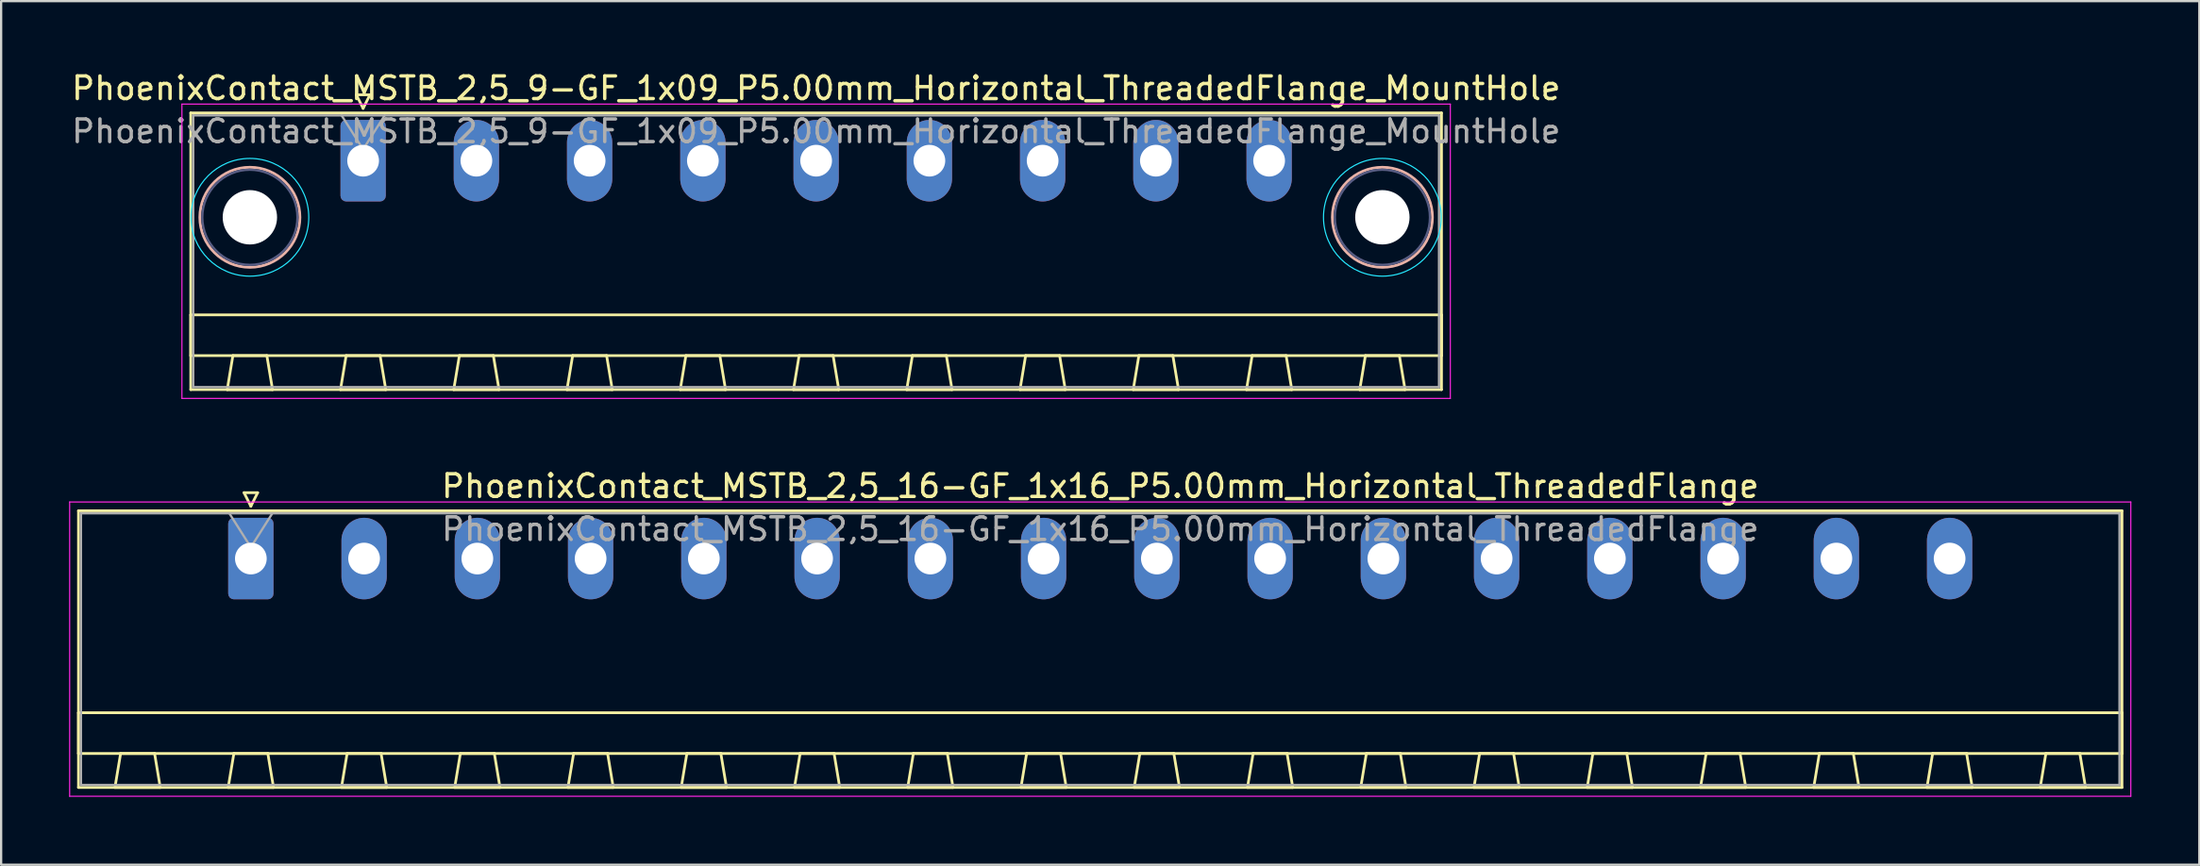
<source format=kicad_pcb>
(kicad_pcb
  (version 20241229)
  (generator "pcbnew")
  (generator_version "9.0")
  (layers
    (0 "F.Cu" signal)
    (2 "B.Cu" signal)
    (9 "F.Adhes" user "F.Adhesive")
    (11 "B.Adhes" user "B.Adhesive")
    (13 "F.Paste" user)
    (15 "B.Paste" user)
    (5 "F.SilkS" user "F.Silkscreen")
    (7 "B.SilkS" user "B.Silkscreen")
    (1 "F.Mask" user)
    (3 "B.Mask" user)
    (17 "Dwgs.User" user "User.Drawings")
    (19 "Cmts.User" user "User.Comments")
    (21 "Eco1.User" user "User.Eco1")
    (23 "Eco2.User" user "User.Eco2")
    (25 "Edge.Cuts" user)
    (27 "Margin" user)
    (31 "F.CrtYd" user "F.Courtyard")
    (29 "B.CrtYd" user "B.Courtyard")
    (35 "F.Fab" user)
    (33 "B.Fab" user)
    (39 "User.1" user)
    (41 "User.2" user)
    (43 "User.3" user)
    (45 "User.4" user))
  (footprint "PhoenixContact_MSTB_2,5_9-GF_1x09_P5.00mm_Horizontal_ThreadedFlange_MountHole"
    (layer "F.Cu")
    (at 12.982 4.048)
    (property "Reference" "PhoenixContact_MSTB_2,5_9-GF_1x09_P5.00mm_Horizontal_ThreadedFlange_MountHole" (at 20 -3.2 0) (layer "F.SilkS") (effects (font (size 1 1) (thickness 0.15))))
    (attr through_hole)
    (fp_line (start -7.61 -2.11) (end -7.61 10.11) (stroke (width 0.12) (type solid)) (layer "F.SilkS"))
    (fp_line (start -7.61 6.81) (end 47.61 6.81) (stroke (width 0.12) (type solid)) (layer "F.SilkS"))
    (fp_line (start -7.61 8.61) (end -7.61 6.81) (stroke (width 0.12) (type solid)) (layer "F.SilkS"))
    (fp_line (start -7.61 10.11) (end 47.61 10.11) (stroke (width 0.12) (type solid)) (layer "F.SilkS"))
    (fp_line (start -6 10.11) (end -4 10.11) (stroke (width 0.12) (type solid)) (layer "F.SilkS"))
    (fp_line (start -5.75 8.61) (end -6 10.11) (stroke (width 0.12) (type solid)) (layer "F.SilkS"))
    (fp_line (start -4.25 8.61) (end -5.75 8.61) (stroke (width 0.12) (type solid)) (layer "F.SilkS"))
    (fp_line (start -4 10.11) (end -4.25 8.61) (stroke (width 0.12) (type solid)) (layer "F.SilkS"))
    (fp_line (start -1 10.11) (end 1 10.11) (stroke (width 0.12) (type solid)) (layer "F.SilkS"))
    (fp_line (start -0.75 8.61) (end -1 10.11) (stroke (width 0.12) (type solid)) (layer "F.SilkS"))
    (fp_line (start -0.3 -2.91) (end 0.3 -2.91) (stroke (width 0.12) (type solid)) (layer "F.SilkS"))
    (fp_line (start 0 -2.31) (end -0.3 -2.91) (stroke (width 0.12) (type solid)) (layer "F.SilkS"))
    (fp_line (start 0.3 -2.91) (end 0 -2.31) (stroke (width 0.12) (type solid)) (layer "F.SilkS"))
    (fp_line (start 0.75 8.61) (end -0.75 8.61) (stroke (width 0.12) (type solid)) (layer "F.SilkS"))
    (fp_line (start 1 10.11) (end 0.75 8.61) (stroke (width 0.12) (type solid)) (layer "F.SilkS"))
    (fp_line (start 4 10.11) (end 6 10.11) (stroke (width 0.12) (type solid)) (layer "F.SilkS"))
    (fp_line (start 4.25 8.61) (end 4 10.11) (stroke (width 0.12) (type solid)) (layer "F.SilkS"))
    (fp_line (start 5.75 8.61) (end 4.25 8.61) (stroke (width 0.12) (type solid)) (layer "F.SilkS"))
    (fp_line (start 6 10.11) (end 5.75 8.61) (stroke (width 0.12) (type solid)) (layer "F.SilkS"))
    (fp_line (start 9 10.11) (end 11 10.11) (stroke (width 0.12) (type solid)) (layer "F.SilkS"))
    (fp_line (start 9.25 8.61) (end 9 10.11) (stroke (width 0.12) (type solid)) (layer "F.SilkS"))
    (fp_line (start 10.75 8.61) (end 9.25 8.61) (stroke (width 0.12) (type solid)) (layer "F.SilkS"))
    (fp_line (start 11 10.11) (end 10.75 8.61) (stroke (width 0.12) (type solid)) (layer "F.SilkS"))
    (fp_line (start 14 10.11) (end 16 10.11) (stroke (width 0.12) (type solid)) (layer "F.SilkS"))
    (fp_line (start 14.25 8.61) (end 14 10.11) (stroke (width 0.12) (type solid)) (layer "F.SilkS"))
    (fp_line (start 15.75 8.61) (end 14.25 8.61) (stroke (width 0.12) (type solid)) (layer "F.SilkS"))
    (fp_line (start 16 10.11) (end 15.75 8.61) (stroke (width 0.12) (type solid)) (layer "F.SilkS"))
    (fp_line (start 19 10.11) (end 21 10.11) (stroke (width 0.12) (type solid)) (layer "F.SilkS"))
    (fp_line (start 19.25 8.61) (end 19 10.11) (stroke (width 0.12) (type solid)) (layer "F.SilkS"))
    (fp_line (start 20.75 8.61) (end 19.25 8.61) (stroke (width 0.12) (type solid)) (layer "F.SilkS"))
    (fp_line (start 21 10.11) (end 20.75 8.61) (stroke (width 0.12) (type solid)) (layer "F.SilkS"))
    (fp_line (start 24 10.11) (end 26 10.11) (stroke (width 0.12) (type solid)) (layer "F.SilkS"))
    (fp_line (start 24.25 8.61) (end 24 10.11) (stroke (width 0.12) (type solid)) (layer "F.SilkS"))
    (fp_line (start 25.75 8.61) (end 24.25 8.61) (stroke (width 0.12) (type solid)) (layer "F.SilkS"))
    (fp_line (start 26 10.11) (end 25.75 8.61) (stroke (width 0.12) (type solid)) (layer "F.SilkS"))
    (fp_line (start 29 10.11) (end 31 10.11) (stroke (width 0.12) (type solid)) (layer "F.SilkS"))
    (fp_line (start 29.25 8.61) (end 29 10.11) (stroke (width 0.12) (type solid)) (layer "F.SilkS"))
    (fp_line (start 30.75 8.61) (end 29.25 8.61) (stroke (width 0.12) (type solid)) (layer "F.SilkS"))
    (fp_line (start 31 10.11) (end 30.75 8.61) (stroke (width 0.12) (type solid)) (layer "F.SilkS"))
    (fp_line (start 34 10.11) (end 36 10.11) (stroke (width 0.12) (type solid)) (layer "F.SilkS"))
    (fp_line (start 34.25 8.61) (end 34 10.11) (stroke (width 0.12) (type solid)) (layer "F.SilkS"))
    (fp_line (start 35.75 8.61) (end 34.25 8.61) (stroke (width 0.12) (type solid)) (layer "F.SilkS"))
    (fp_line (start 36 10.11) (end 35.75 8.61) (stroke (width 0.12) (type solid)) (layer "F.SilkS"))
    (fp_line (start 39 10.11) (end 41 10.11) (stroke (width 0.12) (type solid)) (layer "F.SilkS"))
    (fp_line (start 39.25 8.61) (end 39 10.11) (stroke (width 0.12) (type solid)) (layer "F.SilkS"))
    (fp_line (start 40.75 8.61) (end 39.25 8.61) (stroke (width 0.12) (type solid)) (layer "F.SilkS"))
    (fp_line (start 41 10.11) (end 40.75 8.61) (stroke (width 0.12) (type solid)) (layer "F.SilkS"))
    (fp_line (start 44 10.11) (end 46 10.11) (stroke (width 0.12) (type solid)) (layer "F.SilkS"))
    (fp_line (start 44.25 8.61) (end 44 10.11) (stroke (width 0.12) (type solid)) (layer "F.SilkS"))
    (fp_line (start 45.75 8.61) (end 44.25 8.61) (stroke (width 0.12) (type solid)) (layer "F.SilkS"))
    (fp_line (start 46 10.11) (end 45.75 8.61) (stroke (width 0.12) (type solid)) (layer "F.SilkS"))
    (fp_line (start 47.61 -2.11) (end -7.61 -2.11) (stroke (width 0.12) (type solid)) (layer "F.SilkS"))
    (fp_line (start 47.61 6.81) (end 47.61 8.61) (stroke (width 0.12) (type solid)) (layer "F.SilkS"))
    (fp_line (start 47.61 8.61) (end -7.61 8.61) (stroke (width 0.12) (type solid)) (layer "F.SilkS"))
    (fp_line (start 47.61 10.11) (end 47.61 -2.11) (stroke (width 0.12) (type solid)) (layer "F.SilkS"))
    (fp_circle (center -5 2.5) (end -2.79 2.5) (stroke (width 0.12) (type solid)) (fill no) (layer "B.SilkS"))
    (fp_circle (center 45 2.5) (end 47.21 2.5) (stroke (width 0.12) (type solid)) (fill no) (layer "B.SilkS"))
    (fp_circle (center -5 2.5) (end -2.4 2.5) (stroke (width 0.05) (type solid)) (fill no) (layer "B.CrtYd"))
    (fp_circle (center 45 2.5) (end 47.6 2.5) (stroke (width 0.05) (type solid)) (fill no) (layer "B.CrtYd"))
    (fp_line (start -8 -2.5) (end -8 10.5) (stroke (width 0.05) (type solid)) (layer "F.CrtYd"))
    (fp_line (start -8 10.5) (end 48 10.5) (stroke (width 0.05) (type solid)) (layer "F.CrtYd"))
    (fp_line (start 48 -2.5) (end -8 -2.5) (stroke (width 0.05) (type solid)) (layer "F.CrtYd"))
    (fp_line (start 48 10.5) (end 48 -2.5) (stroke (width 0.05) (type solid)) (layer "F.CrtYd"))
    (fp_circle (center -5 2.5) (end -2.9 2.5) (stroke (width 0.1) (type solid)) (fill no) (layer "B.Fab"))
    (fp_circle (center 45 2.5) (end 47.1 2.5) (stroke (width 0.1) (type solid)) (fill no) (layer "B.Fab"))
    (fp_line (start -7.5 -2) (end -7.5 10) (stroke (width 0.1) (type solid)) (layer "F.Fab"))
    (fp_line (start -7.5 10) (end 47.5 10) (stroke (width 0.1) (type solid)) (layer "F.Fab"))
    (fp_line (start 0 -0.5) (end -0.95 -2) (stroke (width 0.1) (type solid)) (layer "F.Fab"))
    (fp_line (start 0.95 -2) (end 0 -0.5) (stroke (width 0.1) (type solid)) (layer "F.Fab"))
    (fp_line (start 47.5 -2) (end -7.5 -2) (stroke (width 0.1) (type solid)) (layer "F.Fab"))
    (fp_line (start 47.5 10) (end 47.5 -2) (stroke (width 0.1) (type solid)) (layer "F.Fab"))
    (fp_text user "${REFERENCE}" (at 20 -1.3 0) (layer "F.Fab") (effects (font (size 1 1) (thickness 0.15))))
    (pad "" np_thru_hole circle (at -5 2.5) (size 2.4 2.4) (drill 2.4) (layers "*.Cu" "*.Mask"))
    (pad "" np_thru_hole circle (at 45 2.5) (size 2.4 2.4) (drill 2.4) (layers "*.Cu" "*.Mask"))
    (pad "1" thru_hole roundrect (at 0 0) (size 2 3.6) (drill 1.4) (layers "*.Cu" "*.Mask") (roundrect_rratio 0.125))
    (pad "2" thru_hole oval (at 5 0) (size 2 3.6) (drill 1.4) (layers "*.Cu" "*.Mask"))
    (pad "3" thru_hole oval (at 10 0) (size 2 3.6) (drill 1.4) (layers "*.Cu" "*.Mask"))
    (pad "4" thru_hole oval (at 15 0) (size 2 3.6) (drill 1.4) (layers "*.Cu" "*.Mask"))
    (pad "5" thru_hole oval (at 20 0) (size 2 3.6) (drill 1.4) (layers "*.Cu" "*.Mask"))
    (pad "6" thru_hole oval (at 25 0) (size 2 3.6) (drill 1.4) (layers "*.Cu" "*.Mask"))
    (pad "7" thru_hole oval (at 30 0) (size 2 3.6) (drill 1.4) (layers "*.Cu" "*.Mask"))
    (pad "8" thru_hole oval (at 35 0) (size 2 3.6) (drill 1.4) (layers "*.Cu" "*.Mask"))
    (pad "9" thru_hole oval (at 40 0) (size 2 3.6) (drill 1.4) (layers "*.Cu" "*.Mask")))
  (footprint "PhoenixContact_MSTB_2,5_16-GF_1x16_P5.00mm_Horizontal_ThreadedFlange"
    (layer "F.Cu")
    (at 8.025 21.622)
    (property "Reference" "PhoenixContact_MSTB_2,5_16-GF_1x16_P5.00mm_Horizontal_ThreadedFlange" (at 37.5 -3.2 0) (layer "F.SilkS") (effects (font (size 1 1) (thickness 0.15))))
    (attr through_hole)
    (fp_line (start -7.61 -2.11) (end -7.61 10.11) (stroke (width 0.12) (type solid)) (layer "F.SilkS"))
    (fp_line (start -7.61 6.81) (end 82.61 6.81) (stroke (width 0.12) (type solid)) (layer "F.SilkS"))
    (fp_line (start -7.61 8.61) (end -7.61 6.81) (stroke (width 0.12) (type solid)) (layer "F.SilkS"))
    (fp_line (start -7.61 10.11) (end 82.61 10.11) (stroke (width 0.12) (type solid)) (layer "F.SilkS"))
    (fp_line (start -6 10.11) (end -4 10.11) (stroke (width 0.12) (type solid)) (layer "F.SilkS"))
    (fp_line (start -5.75 8.61) (end -6 10.11) (stroke (width 0.12) (type solid)) (layer "F.SilkS"))
    (fp_line (start -4.25 8.61) (end -5.75 8.61) (stroke (width 0.12) (type solid)) (layer "F.SilkS"))
    (fp_line (start -4 10.11) (end -4.25 8.61) (stroke (width 0.12) (type solid)) (layer "F.SilkS"))
    (fp_line (start -1 10.11) (end 1 10.11) (stroke (width 0.12) (type solid)) (layer "F.SilkS"))
    (fp_line (start -0.75 8.61) (end -1 10.11) (stroke (width 0.12) (type solid)) (layer "F.SilkS"))
    (fp_line (start -0.3 -2.91) (end 0.3 -2.91) (stroke (width 0.12) (type solid)) (layer "F.SilkS"))
    (fp_line (start 0 -2.31) (end -0.3 -2.91) (stroke (width 0.12) (type solid)) (layer "F.SilkS"))
    (fp_line (start 0.3 -2.91) (end 0 -2.31) (stroke (width 0.12) (type solid)) (layer "F.SilkS"))
    (fp_line (start 0.75 8.61) (end -0.75 8.61) (stroke (width 0.12) (type solid)) (layer "F.SilkS"))
    (fp_line (start 1 10.11) (end 0.75 8.61) (stroke (width 0.12) (type solid)) (layer "F.SilkS"))
    (fp_line (start 4 10.11) (end 6 10.11) (stroke (width 0.12) (type solid)) (layer "F.SilkS"))
    (fp_line (start 4.25 8.61) (end 4 10.11) (stroke (width 0.12) (type solid)) (layer "F.SilkS"))
    (fp_line (start 5.75 8.61) (end 4.25 8.61) (stroke (width 0.12) (type solid)) (layer "F.SilkS"))
    (fp_line (start 6 10.11) (end 5.75 8.61) (stroke (width 0.12) (type solid)) (layer "F.SilkS"))
    (fp_line (start 9 10.11) (end 11 10.11) (stroke (width 0.12) (type solid)) (layer "F.SilkS"))
    (fp_line (start 9.25 8.61) (end 9 10.11) (stroke (width 0.12) (type solid)) (layer "F.SilkS"))
    (fp_line (start 10.75 8.61) (end 9.25 8.61) (stroke (width 0.12) (type solid)) (layer "F.SilkS"))
    (fp_line (start 11 10.11) (end 10.75 8.61) (stroke (width 0.12) (type solid)) (layer "F.SilkS"))
    (fp_line (start 14 10.11) (end 16 10.11) (stroke (width 0.12) (type solid)) (layer "F.SilkS"))
    (fp_line (start 14.25 8.61) (end 14 10.11) (stroke (width 0.12) (type solid)) (layer "F.SilkS"))
    (fp_line (start 15.75 8.61) (end 14.25 8.61) (stroke (width 0.12) (type solid)) (layer "F.SilkS"))
    (fp_line (start 16 10.11) (end 15.75 8.61) (stroke (width 0.12) (type solid)) (layer "F.SilkS"))
    (fp_line (start 19 10.11) (end 21 10.11) (stroke (width 0.12) (type solid)) (layer "F.SilkS"))
    (fp_line (start 19.25 8.61) (end 19 10.11) (stroke (width 0.12) (type solid)) (layer "F.SilkS"))
    (fp_line (start 20.75 8.61) (end 19.25 8.61) (stroke (width 0.12) (type solid)) (layer "F.SilkS"))
    (fp_line (start 21 10.11) (end 20.75 8.61) (stroke (width 0.12) (type solid)) (layer "F.SilkS"))
    (fp_line (start 24 10.11) (end 26 10.11) (stroke (width 0.12) (type solid)) (layer "F.SilkS"))
    (fp_line (start 24.25 8.61) (end 24 10.11) (stroke (width 0.12) (type solid)) (layer "F.SilkS"))
    (fp_line (start 25.75 8.61) (end 24.25 8.61) (stroke (width 0.12) (type solid)) (layer "F.SilkS"))
    (fp_line (start 26 10.11) (end 25.75 8.61) (stroke (width 0.12) (type solid)) (layer "F.SilkS"))
    (fp_line (start 29 10.11) (end 31 10.11) (stroke (width 0.12) (type solid)) (layer "F.SilkS"))
    (fp_line (start 29.25 8.61) (end 29 10.11) (stroke (width 0.12) (type solid)) (layer "F.SilkS"))
    (fp_line (start 30.75 8.61) (end 29.25 8.61) (stroke (width 0.12) (type solid)) (layer "F.SilkS"))
    (fp_line (start 31 10.11) (end 30.75 8.61) (stroke (width 0.12) (type solid)) (layer "F.SilkS"))
    (fp_line (start 34 10.11) (end 36 10.11) (stroke (width 0.12) (type solid)) (layer "F.SilkS"))
    (fp_line (start 34.25 8.61) (end 34 10.11) (stroke (width 0.12) (type solid)) (layer "F.SilkS"))
    (fp_line (start 35.75 8.61) (end 34.25 8.61) (stroke (width 0.12) (type solid)) (layer "F.SilkS"))
    (fp_line (start 36 10.11) (end 35.75 8.61) (stroke (width 0.12) (type solid)) (layer "F.SilkS"))
    (fp_line (start 39 10.11) (end 41 10.11) (stroke (width 0.12) (type solid)) (layer "F.SilkS"))
    (fp_line (start 39.25 8.61) (end 39 10.11) (stroke (width 0.12) (type solid)) (layer "F.SilkS"))
    (fp_line (start 40.75 8.61) (end 39.25 8.61) (stroke (width 0.12) (type solid)) (layer "F.SilkS"))
    (fp_line (start 41 10.11) (end 40.75 8.61) (stroke (width 0.12) (type solid)) (layer "F.SilkS"))
    (fp_line (start 44 10.11) (end 46 10.11) (stroke (width 0.12) (type solid)) (layer "F.SilkS"))
    (fp_line (start 44.25 8.61) (end 44 10.11) (stroke (width 0.12) (type solid)) (layer "F.SilkS"))
    (fp_line (start 45.75 8.61) (end 44.25 8.61) (stroke (width 0.12) (type solid)) (layer "F.SilkS"))
    (fp_line (start 46 10.11) (end 45.75 8.61) (stroke (width 0.12) (type solid)) (layer "F.SilkS"))
    (fp_line (start 49 10.11) (end 51 10.11) (stroke (width 0.12) (type solid)) (layer "F.SilkS"))
    (fp_line (start 49.25 8.61) (end 49 10.11) (stroke (width 0.12) (type solid)) (layer "F.SilkS"))
    (fp_line (start 50.75 8.61) (end 49.25 8.61) (stroke (width 0.12) (type solid)) (layer "F.SilkS"))
    (fp_line (start 51 10.11) (end 50.75 8.61) (stroke (width 0.12) (type solid)) (layer "F.SilkS"))
    (fp_line (start 54 10.11) (end 56 10.11) (stroke (width 0.12) (type solid)) (layer "F.SilkS"))
    (fp_line (start 54.25 8.61) (end 54 10.11) (stroke (width 0.12) (type solid)) (layer "F.SilkS"))
    (fp_line (start 55.75 8.61) (end 54.25 8.61) (stroke (width 0.12) (type solid)) (layer "F.SilkS"))
    (fp_line (start 56 10.11) (end 55.75 8.61) (stroke (width 0.12) (type solid)) (layer "F.SilkS"))
    (fp_line (start 59 10.11) (end 61 10.11) (stroke (width 0.12) (type solid)) (layer "F.SilkS"))
    (fp_line (start 59.25 8.61) (end 59 10.11) (stroke (width 0.12) (type solid)) (layer "F.SilkS"))
    (fp_line (start 60.75 8.61) (end 59.25 8.61) (stroke (width 0.12) (type solid)) (layer "F.SilkS"))
    (fp_line (start 61 10.11) (end 60.75 8.61) (stroke (width 0.12) (type solid)) (layer "F.SilkS"))
    (fp_line (start 64 10.11) (end 66 10.11) (stroke (width 0.12) (type solid)) (layer "F.SilkS"))
    (fp_line (start 64.25 8.61) (end 64 10.11) (stroke (width 0.12) (type solid)) (layer "F.SilkS"))
    (fp_line (start 65.75 8.61) (end 64.25 8.61) (stroke (width 0.12) (type solid)) (layer "F.SilkS"))
    (fp_line (start 66 10.11) (end 65.75 8.61) (stroke (width 0.12) (type solid)) (layer "F.SilkS"))
    (fp_line (start 69 10.11) (end 71 10.11) (stroke (width 0.12) (type solid)) (layer "F.SilkS"))
    (fp_line (start 69.25 8.61) (end 69 10.11) (stroke (width 0.12) (type solid)) (layer "F.SilkS"))
    (fp_line (start 70.75 8.61) (end 69.25 8.61) (stroke (width 0.12) (type solid)) (layer "F.SilkS"))
    (fp_line (start 71 10.11) (end 70.75 8.61) (stroke (width 0.12) (type solid)) (layer "F.SilkS"))
    (fp_line (start 74 10.11) (end 76 10.11) (stroke (width 0.12) (type solid)) (layer "F.SilkS"))
    (fp_line (start 74.25 8.61) (end 74 10.11) (stroke (width 0.12) (type solid)) (layer "F.SilkS"))
    (fp_line (start 75.75 8.61) (end 74.25 8.61) (stroke (width 0.12) (type solid)) (layer "F.SilkS"))
    (fp_line (start 76 10.11) (end 75.75 8.61) (stroke (width 0.12) (type solid)) (layer "F.SilkS"))
    (fp_line (start 79 10.11) (end 81 10.11) (stroke (width 0.12) (type solid)) (layer "F.SilkS"))
    (fp_line (start 79.25 8.61) (end 79 10.11) (stroke (width 0.12) (type solid)) (layer "F.SilkS"))
    (fp_line (start 80.75 8.61) (end 79.25 8.61) (stroke (width 0.12) (type solid)) (layer "F.SilkS"))
    (fp_line (start 81 10.11) (end 80.75 8.61) (stroke (width 0.12) (type solid)) (layer "F.SilkS"))
    (fp_line (start 82.61 -2.11) (end -7.61 -2.11) (stroke (width 0.12) (type solid)) (layer "F.SilkS"))
    (fp_line (start 82.61 6.81) (end 82.61 8.61) (stroke (width 0.12) (type solid)) (layer "F.SilkS"))
    (fp_line (start 82.61 8.61) (end -7.61 8.61) (stroke (width 0.12) (type solid)) (layer "F.SilkS"))
    (fp_line (start 82.61 10.11) (end 82.61 -2.11) (stroke (width 0.12) (type solid)) (layer "F.SilkS"))
    (fp_line (start -8 -2.5) (end -8 10.5) (stroke (width 0.05) (type solid)) (layer "F.CrtYd"))
    (fp_line (start -8 10.5) (end 83 10.5) (stroke (width 0.05) (type solid)) (layer "F.CrtYd"))
    (fp_line (start 83 -2.5) (end -8 -2.5) (stroke (width 0.05) (type solid)) (layer "F.CrtYd"))
    (fp_line (start 83 10.5) (end 83 -2.5) (stroke (width 0.05) (type solid)) (layer "F.CrtYd"))
    (fp_line (start -7.5 -2) (end -7.5 10) (stroke (width 0.1) (type solid)) (layer "F.Fab"))
    (fp_line (start -7.5 10) (end 82.5 10) (stroke (width 0.1) (type solid)) (layer "F.Fab"))
    (fp_line (start 0 -0.5) (end -0.95 -2) (stroke (width 0.1) (type solid)) (layer "F.Fab"))
    (fp_line (start 0.95 -2) (end 0 -0.5) (stroke (width 0.1) (type solid)) (layer "F.Fab"))
    (fp_line (start 82.5 -2) (end -7.5 -2) (stroke (width 0.1) (type solid)) (layer "F.Fab"))
    (fp_line (start 82.5 10) (end 82.5 -2) (stroke (width 0.1) (type solid)) (layer "F.Fab"))
    (fp_text user "${REFERENCE}" (at 37.5 -1.3 0) (layer "F.Fab") (effects (font (size 1 1) (thickness 0.15))))
    (pad "1" thru_hole roundrect (at 0 0) (size 2 3.6) (drill 1.4) (layers "*.Cu" "*.Mask") (roundrect_rratio 0.125))
    (pad "2" thru_hole oval (at 5 0) (size 2 3.6) (drill 1.4) (layers "*.Cu" "*.Mask"))
    (pad "3" thru_hole oval (at 10 0) (size 2 3.6) (drill 1.4) (layers "*.Cu" "*.Mask"))
    (pad "4" thru_hole oval (at 15 0) (size 2 3.6) (drill 1.4) (layers "*.Cu" "*.Mask"))
    (pad "5" thru_hole oval (at 20 0) (size 2 3.6) (drill 1.4) (layers "*.Cu" "*.Mask"))
    (pad "6" thru_hole oval (at 25 0) (size 2 3.6) (drill 1.4) (layers "*.Cu" "*.Mask"))
    (pad "7" thru_hole oval (at 30 0) (size 2 3.6) (drill 1.4) (layers "*.Cu" "*.Mask"))
    (pad "8" thru_hole oval (at 35 0) (size 2 3.6) (drill 1.4) (layers "*.Cu" "*.Mask"))
    (pad "9" thru_hole oval (at 40 0) (size 2 3.6) (drill 1.4) (layers "*.Cu" "*.Mask"))
    (pad "10" thru_hole oval (at 45 0) (size 2 3.6) (drill 1.4) (layers "*.Cu" "*.Mask"))
    (pad "11" thru_hole oval (at 50 0) (size 2 3.6) (drill 1.4) (layers "*.Cu" "*.Mask"))
    (pad "12" thru_hole oval (at 55 0) (size 2 3.6) (drill 1.4) (layers "*.Cu" "*.Mask"))
    (pad "13" thru_hole oval (at 60 0) (size 2 3.6) (drill 1.4) (layers "*.Cu" "*.Mask"))
    (pad "14" thru_hole oval (at 65 0) (size 2 3.6) (drill 1.4) (layers "*.Cu" "*.Mask"))
    (pad "15" thru_hole oval (at 70 0) (size 2 3.6) (drill 1.4) (layers "*.Cu" "*.Mask"))
    (pad "16" thru_hole oval (at 75 0) (size 2 3.6) (drill 1.4) (layers "*.Cu" "*.Mask")))
  (gr_rect
    (start -3 -3)
    (end 94.05 35.147)
    (stroke (width 0.1) (type default))
    (fill no)
    (layer "Edge.Cuts")))
</source>
